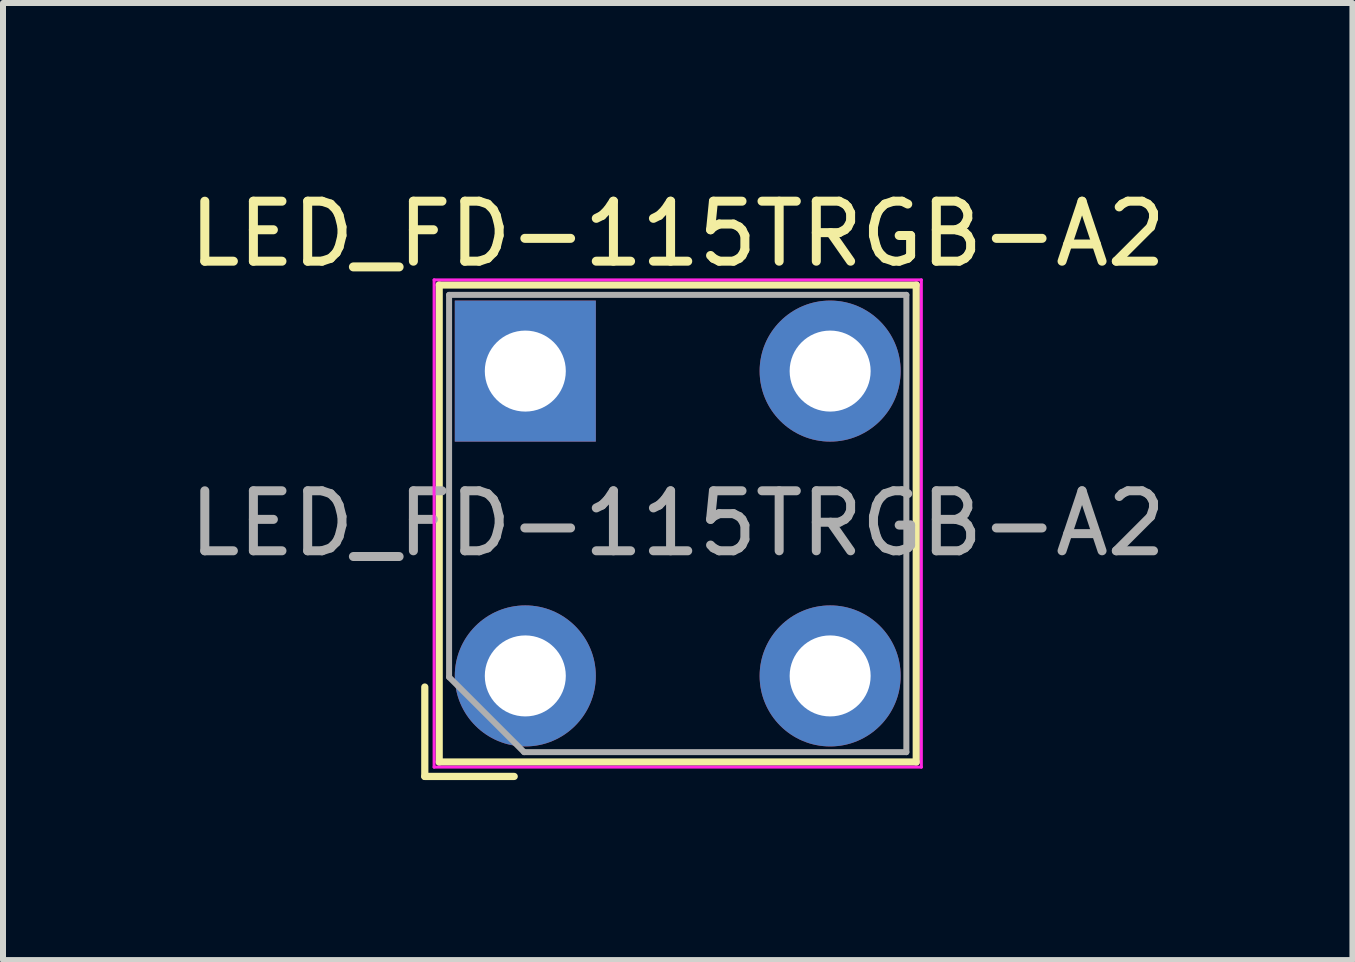
<source format=kicad_pcb>
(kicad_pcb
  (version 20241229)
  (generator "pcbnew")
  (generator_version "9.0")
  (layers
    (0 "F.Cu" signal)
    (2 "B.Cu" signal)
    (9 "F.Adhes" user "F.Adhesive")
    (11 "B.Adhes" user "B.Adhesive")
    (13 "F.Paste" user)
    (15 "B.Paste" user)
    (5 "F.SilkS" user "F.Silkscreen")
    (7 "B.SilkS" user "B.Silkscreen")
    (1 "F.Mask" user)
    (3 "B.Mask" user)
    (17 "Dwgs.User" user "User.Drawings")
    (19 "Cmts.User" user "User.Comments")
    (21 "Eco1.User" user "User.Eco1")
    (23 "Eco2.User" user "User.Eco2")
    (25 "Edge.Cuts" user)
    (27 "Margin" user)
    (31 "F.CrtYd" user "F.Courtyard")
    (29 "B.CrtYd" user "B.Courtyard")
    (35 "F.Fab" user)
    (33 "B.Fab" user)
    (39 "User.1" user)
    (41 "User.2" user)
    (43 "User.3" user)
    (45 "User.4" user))
  (footprint "LED_FD-115TRGB-A2"
    (layer "F.Cu")
    (at 8.244 5.674)
    (property "Reference" "LED_FD-115TRGB-A2" (at 0 -4.826 180) (layer "F.SilkS") (effects (font (size 1 1) (thickness 0.15))))
    (attr through_hole)
    (fp_line (start -4.215 4.215) (end -4.215 2.725) (stroke (width 0.12) (type solid)) (layer "F.SilkS"))
    (fp_line (start -3.975 -3.975) (end -3.975 3.975) (stroke (width 0.12) (type solid)) (layer "F.SilkS"))
    (fp_line (start -3.975 3.975) (end 3.975 3.975) (stroke (width 0.12) (type solid)) (layer "F.SilkS"))
    (fp_line (start -2.725 4.215) (end -4.215 4.215) (stroke (width 0.12) (type solid)) (layer "F.SilkS"))
    (fp_line (start 3.975 -3.975) (end -3.975 -3.975) (stroke (width 0.12) (type solid)) (layer "F.SilkS"))
    (fp_line (start 3.975 3.975) (end 3.975 -3.975) (stroke (width 0.12) (type solid)) (layer "F.SilkS"))
    (fp_line (start -4.06 -4.06) (end -4.06 4.06) (stroke (width 0.05) (type solid)) (layer "F.CrtYd"))
    (fp_line (start -4.06 4.06) (end 4.06 4.06) (stroke (width 0.05) (type solid)) (layer "F.CrtYd"))
    (fp_line (start 4.06 -4.06) (end -4.06 -4.06) (stroke (width 0.05) (type solid)) (layer "F.CrtYd"))
    (fp_line (start 4.06 4.06) (end 4.06 -4.06) (stroke (width 0.05) (type solid)) (layer "F.CrtYd"))
    (fp_line (start -3.81 -3.81) (end 3.81 -3.81) (stroke (width 0.1) (type solid)) (layer "F.Fab"))
    (fp_line (start -3.81 2.56) (end -3.81 -3.81) (stroke (width 0.1) (type solid)) (layer "F.Fab"))
    (fp_line (start -2.56 3.81) (end -3.81 2.56) (stroke (width 0.1) (type solid)) (layer "F.Fab"))
    (fp_line (start 3.81 -3.81) (end 3.81 3.81) (stroke (width 0.1) (type solid)) (layer "F.Fab"))
    (fp_line (start 3.81 3.81) (end -2.56 3.81) (stroke (width 0.1) (type solid)) (layer "F.Fab"))
    (fp_text user "${REFERENCE}" (at 0 0 180) (layer "F.Fab") (effects (font (size 1 1) (thickness 0.15))))
    (pad "1" thru_hole rect (at -2.54 -2.54 90) (size 2.35 2.35) (drill 1.35) (layers "*.Cu" "*.Mask"))
    (pad "2" thru_hole circle (at 2.54 -2.54 90) (size 2.35 2.35) (drill 1.35) (layers "*.Cu" "*.Mask"))
    (pad "3" thru_hole circle (at 2.54 2.54 90) (size 2.35 2.35) (drill 1.35) (layers "*.Cu" "*.Mask"))
    (pad "4" thru_hole circle (at -2.54 2.54 90) (size 2.35 2.35) (drill 1.35) (layers "*.Cu" "*.Mask")))
  (gr_rect
    (start -3 -3)
    (end 19.488 12.949)
    (stroke (width 0.1) (type default))
    (fill no)
    (layer "Edge.Cuts")))
</source>
